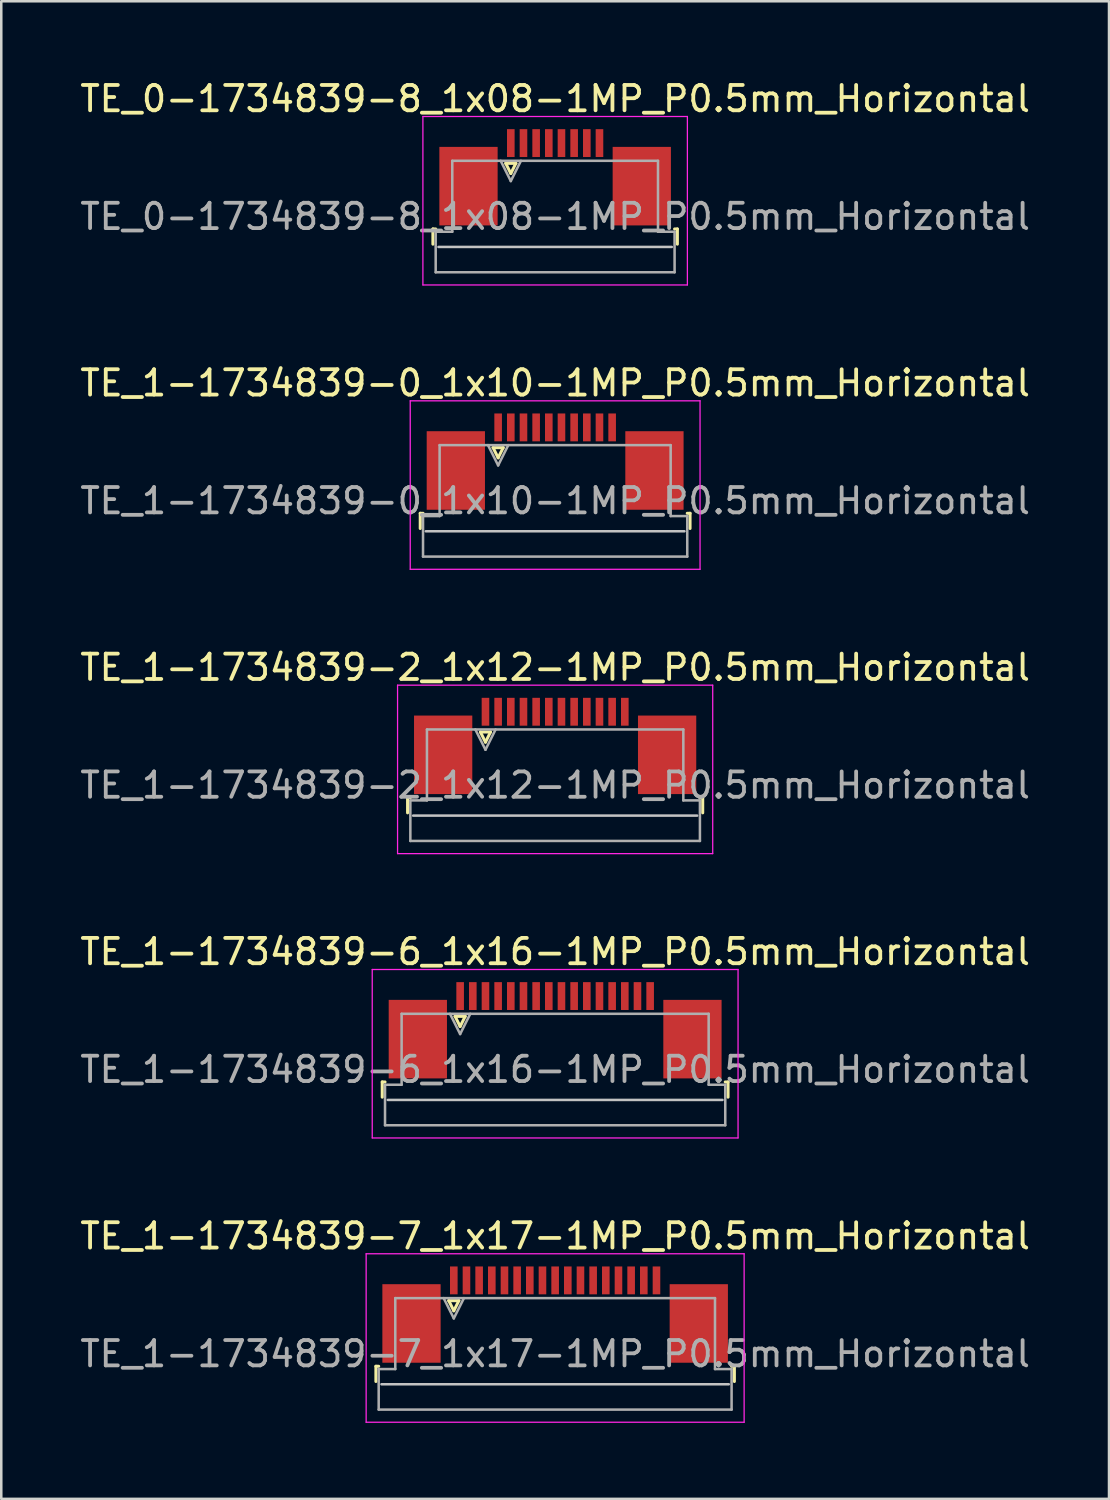
<source format=kicad_pcb>
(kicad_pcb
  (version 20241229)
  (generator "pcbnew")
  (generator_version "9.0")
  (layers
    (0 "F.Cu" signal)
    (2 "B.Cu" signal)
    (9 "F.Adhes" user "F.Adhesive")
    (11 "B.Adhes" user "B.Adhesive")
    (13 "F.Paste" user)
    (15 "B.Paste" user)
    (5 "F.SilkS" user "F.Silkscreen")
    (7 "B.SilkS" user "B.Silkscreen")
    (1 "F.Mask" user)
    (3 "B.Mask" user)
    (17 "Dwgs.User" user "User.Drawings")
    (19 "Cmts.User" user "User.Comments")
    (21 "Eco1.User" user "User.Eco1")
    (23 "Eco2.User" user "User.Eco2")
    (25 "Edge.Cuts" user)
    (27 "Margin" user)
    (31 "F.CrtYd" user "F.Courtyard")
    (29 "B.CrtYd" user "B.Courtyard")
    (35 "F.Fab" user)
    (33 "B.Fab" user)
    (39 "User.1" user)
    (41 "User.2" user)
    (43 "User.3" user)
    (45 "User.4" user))
  (footprint "TE_1-1734839-0_1x10-1MP_P0.5mm_Horizontal"
    (layer "F.Cu")
    (at 18.863 15.171)
    (property "Reference" "TE_1-1734839-0_1x10-1MP_P0.5mm_Horizontal" (at 0 -3.1 0) (layer "F.SilkS") (effects (font (size 1 1) (thickness 0.15))))
    (attr smd)
    (fp_line (start -5.325 2.04) (end -5.325 2.64) (stroke (width 0.12) (type solid)) (layer "F.SilkS"))
    (fp_line (start -5.215 2.04) (end -5.325 2.04) (stroke (width 0.12) (type solid)) (layer "F.SilkS"))
    (fp_line (start -2.45 -0.55) (end -2.25 -0.15) (stroke (width 0.12) (type solid)) (layer "F.SilkS"))
    (fp_line (start -2.25 -0.15) (end -2.05 -0.55) (stroke (width 0.12) (type solid)) (layer "F.SilkS"))
    (fp_line (start -2.05 -0.55) (end -2.45 -0.55) (stroke (width 0.12) (type solid)) (layer "F.SilkS"))
    (fp_line (start 5.215 2.04) (end 5.325 2.04) (stroke (width 0.12) (type solid)) (layer "F.SilkS"))
    (fp_line (start 5.325 2.04) (end 5.325 2.64) (stroke (width 0.12) (type solid)) (layer "F.SilkS"))
    (fp_line (start 5.105 2.75) (end -5.105 2.75) (stroke (width 0.1) (type solid)) (layer "Dwgs.User"))
    (fp_line (start -5.72 -2.4) (end -5.72 4.25) (stroke (width 0.05) (type solid)) (layer "F.CrtYd"))
    (fp_line (start -5.72 4.25) (end 5.72 4.25) (stroke (width 0.05) (type solid)) (layer "F.CrtYd"))
    (fp_line (start 5.72 -2.4) (end -5.72 -2.4) (stroke (width 0.05) (type solid)) (layer "F.CrtYd"))
    (fp_line (start 5.72 4.25) (end 5.72 -2.4) (stroke (width 0.05) (type solid)) (layer "F.CrtYd"))
    (fp_line (start -5.215 2.15) (end -4.56 2.15) (stroke (width 0.1) (type solid)) (layer "F.Fab"))
    (fp_line (start -5.215 3.75) (end -5.215 2.15) (stroke (width 0.1) (type solid)) (layer "F.Fab"))
    (fp_line (start -4.56 -0.65) (end 4.56 -0.65) (stroke (width 0.1) (type solid)) (layer "F.Fab"))
    (fp_line (start -4.56 2.15) (end -4.56 -0.65) (stroke (width 0.1) (type solid)) (layer "F.Fab"))
    (fp_line (start -2.65 -0.65) (end -2.25 0.15) (stroke (width 0.1) (type solid)) (layer "F.Fab"))
    (fp_line (start -2.25 0.15) (end -1.85 -0.65) (stroke (width 0.1) (type solid)) (layer "F.Fab"))
    (fp_line (start 4.56 -0.65) (end 4.56 2.15) (stroke (width 0.1) (type solid)) (layer "F.Fab"))
    (fp_line (start 4.56 2.15) (end 5.215 2.15) (stroke (width 0.1) (type solid)) (layer "F.Fab"))
    (fp_line (start 5.215 2.15) (end 5.215 3.75) (stroke (width 0.1) (type solid)) (layer "F.Fab"))
    (fp_line (start 5.215 3.75) (end -5.215 3.75) (stroke (width 0.1) (type solid)) (layer "F.Fab"))
    (fp_text user "${REFERENCE}" (at 0 1.55 0) (layer "F.Fab") (effects (font (size 1 1) (thickness 0.15))))
    (pad "1" smd rect (at -2.25 -1.35) (size 0.3 1.1) (layers "F.Cu" "F.Mask" "F.Paste"))
    (pad "2" smd rect (at -1.75 -1.35) (size 0.3 1.1) (layers "F.Cu" "F.Mask" "F.Paste"))
    (pad "3" smd rect (at -1.25 -1.35) (size 0.3 1.1) (layers "F.Cu" "F.Mask" "F.Paste"))
    (pad "4" smd rect (at -0.75 -1.35) (size 0.3 1.1) (layers "F.Cu" "F.Mask" "F.Paste"))
    (pad "5" smd rect (at -0.25 -1.35) (size 0.3 1.1) (layers "F.Cu" "F.Mask" "F.Paste"))
    (pad "6" smd rect (at 0.25 -1.35) (size 0.3 1.1) (layers "F.Cu" "F.Mask" "F.Paste"))
    (pad "7" smd rect (at 0.75 -1.35) (size 0.3 1.1) (layers "F.Cu" "F.Mask" "F.Paste"))
    (pad "8" smd rect (at 1.25 -1.35) (size 0.3 1.1) (layers "F.Cu" "F.Mask" "F.Paste"))
    (pad "9" smd rect (at 1.75 -1.35) (size 0.3 1.1) (layers "F.Cu" "F.Mask" "F.Paste"))
    (pad "10" smd rect (at 2.25 -1.35) (size 0.3 1.1) (layers "F.Cu" "F.Mask" "F.Paste"))
    (pad "MP" smd rect (at -3.92 0.35) (size 2.3 3.1) (layers "F.Cu" "F.Mask" "F.Paste"))
    (pad "MP" smd rect (at 3.92 0.35) (size 2.3 3.1) (layers "F.Cu" "F.Mask" "F.Paste")))
  (footprint "TE_1-1734839-6_1x16-1MP_P0.5mm_Horizontal"
    (layer "F.Cu")
    (at 18.863 37.618)
    (property "Reference" "TE_1-1734839-6_1x16-1MP_P0.5mm_Horizontal" (at 0 -3.1 0) (layer "F.SilkS") (effects (font (size 1 1) (thickness 0.15))))
    (attr smd)
    (fp_line (start -6.825 2.04) (end -6.825 2.64) (stroke (width 0.12) (type solid)) (layer "F.SilkS"))
    (fp_line (start -6.715 2.04) (end -6.825 2.04) (stroke (width 0.12) (type solid)) (layer "F.SilkS"))
    (fp_line (start -3.95 -0.55) (end -3.75 -0.15) (stroke (width 0.12) (type solid)) (layer "F.SilkS"))
    (fp_line (start -3.75 -0.15) (end -3.55 -0.55) (stroke (width 0.12) (type solid)) (layer "F.SilkS"))
    (fp_line (start -3.55 -0.55) (end -3.95 -0.55) (stroke (width 0.12) (type solid)) (layer "F.SilkS"))
    (fp_line (start 6.715 2.04) (end 6.825 2.04) (stroke (width 0.12) (type solid)) (layer "F.SilkS"))
    (fp_line (start 6.825 2.04) (end 6.825 2.64) (stroke (width 0.12) (type solid)) (layer "F.SilkS"))
    (fp_line (start 6.605 2.75) (end -6.605 2.75) (stroke (width 0.1) (type solid)) (layer "Dwgs.User"))
    (fp_line (start -7.22 -2.4) (end -7.22 4.25) (stroke (width 0.05) (type solid)) (layer "F.CrtYd"))
    (fp_line (start -7.22 4.25) (end 7.22 4.25) (stroke (width 0.05) (type solid)) (layer "F.CrtYd"))
    (fp_line (start 7.22 -2.4) (end -7.22 -2.4) (stroke (width 0.05) (type solid)) (layer "F.CrtYd"))
    (fp_line (start 7.22 4.25) (end 7.22 -2.4) (stroke (width 0.05) (type solid)) (layer "F.CrtYd"))
    (fp_line (start -6.715 2.15) (end -6.06 2.15) (stroke (width 0.1) (type solid)) (layer "F.Fab"))
    (fp_line (start -6.715 3.75) (end -6.715 2.15) (stroke (width 0.1) (type solid)) (layer "F.Fab"))
    (fp_line (start -6.06 -0.65) (end 6.06 -0.65) (stroke (width 0.1) (type solid)) (layer "F.Fab"))
    (fp_line (start -6.06 2.15) (end -6.06 -0.65) (stroke (width 0.1) (type solid)) (layer "F.Fab"))
    (fp_line (start -4.15 -0.65) (end -3.75 0.15) (stroke (width 0.1) (type solid)) (layer "F.Fab"))
    (fp_line (start -3.75 0.15) (end -3.35 -0.65) (stroke (width 0.1) (type solid)) (layer "F.Fab"))
    (fp_line (start 6.06 -0.65) (end 6.06 2.15) (stroke (width 0.1) (type solid)) (layer "F.Fab"))
    (fp_line (start 6.06 2.15) (end 6.715 2.15) (stroke (width 0.1) (type solid)) (layer "F.Fab"))
    (fp_line (start 6.715 2.15) (end 6.715 3.75) (stroke (width 0.1) (type solid)) (layer "F.Fab"))
    (fp_line (start 6.715 3.75) (end -6.715 3.75) (stroke (width 0.1) (type solid)) (layer "F.Fab"))
    (fp_text user "${REFERENCE}" (at 0 1.55 0) (layer "F.Fab") (effects (font (size 1 1) (thickness 0.15))))
    (pad "1" smd rect (at -3.75 -1.35) (size 0.3 1.1) (layers "F.Cu" "F.Mask" "F.Paste"))
    (pad "2" smd rect (at -3.25 -1.35) (size 0.3 1.1) (layers "F.Cu" "F.Mask" "F.Paste"))
    (pad "3" smd rect (at -2.75 -1.35) (size 0.3 1.1) (layers "F.Cu" "F.Mask" "F.Paste"))
    (pad "4" smd rect (at -2.25 -1.35) (size 0.3 1.1) (layers "F.Cu" "F.Mask" "F.Paste"))
    (pad "5" smd rect (at -1.75 -1.35) (size 0.3 1.1) (layers "F.Cu" "F.Mask" "F.Paste"))
    (pad "6" smd rect (at -1.25 -1.35) (size 0.3 1.1) (layers "F.Cu" "F.Mask" "F.Paste"))
    (pad "7" smd rect (at -0.75 -1.35) (size 0.3 1.1) (layers "F.Cu" "F.Mask" "F.Paste"))
    (pad "8" smd rect (at -0.25 -1.35) (size 0.3 1.1) (layers "F.Cu" "F.Mask" "F.Paste"))
    (pad "9" smd rect (at 0.25 -1.35) (size 0.3 1.1) (layers "F.Cu" "F.Mask" "F.Paste"))
    (pad "10" smd rect (at 0.75 -1.35) (size 0.3 1.1) (layers "F.Cu" "F.Mask" "F.Paste"))
    (pad "11" smd rect (at 1.25 -1.35) (size 0.3 1.1) (layers "F.Cu" "F.Mask" "F.Paste"))
    (pad "12" smd rect (at 1.75 -1.35) (size 0.3 1.1) (layers "F.Cu" "F.Mask" "F.Paste"))
    (pad "13" smd rect (at 2.25 -1.35) (size 0.3 1.1) (layers "F.Cu" "F.Mask" "F.Paste"))
    (pad "14" smd rect (at 2.75 -1.35) (size 0.3 1.1) (layers "F.Cu" "F.Mask" "F.Paste"))
    (pad "15" smd rect (at 3.25 -1.35) (size 0.3 1.1) (layers "F.Cu" "F.Mask" "F.Paste"))
    (pad "16" smd rect (at 3.75 -1.35) (size 0.3 1.1) (layers "F.Cu" "F.Mask" "F.Paste"))
    (pad "MP" smd rect (at -5.42 0.35) (size 2.3 3.1) (layers "F.Cu" "F.Mask" "F.Paste"))
    (pad "MP" smd rect (at 5.42 0.35) (size 2.3 3.1) (layers "F.Cu" "F.Mask" "F.Paste")))
  (footprint "TE_0-1734839-8_1x08-1MP_P0.5mm_Horizontal"
    (layer "F.Cu")
    (at 18.863 3.948)
    (property "Reference" "TE_0-1734839-8_1x08-1MP_P0.5mm_Horizontal" (at 0 -3.1 0) (layer "F.SilkS") (effects (font (size 1 1) (thickness 0.15))))
    (attr smd)
    (fp_line (start -4.825 2.04) (end -4.825 2.64) (stroke (width 0.12) (type solid)) (layer "F.SilkS"))
    (fp_line (start -4.715 2.04) (end -4.825 2.04) (stroke (width 0.12) (type solid)) (layer "F.SilkS"))
    (fp_line (start -1.95 -0.55) (end -1.75 -0.15) (stroke (width 0.12) (type solid)) (layer "F.SilkS"))
    (fp_line (start -1.75 -0.15) (end -1.55 -0.55) (stroke (width 0.12) (type solid)) (layer "F.SilkS"))
    (fp_line (start -1.55 -0.55) (end -1.95 -0.55) (stroke (width 0.12) (type solid)) (layer "F.SilkS"))
    (fp_line (start 4.715 2.04) (end 4.825 2.04) (stroke (width 0.12) (type solid)) (layer "F.SilkS"))
    (fp_line (start 4.825 2.04) (end 4.825 2.64) (stroke (width 0.12) (type solid)) (layer "F.SilkS"))
    (fp_line (start 4.605 2.75) (end -4.605 2.75) (stroke (width 0.1) (type solid)) (layer "Dwgs.User"))
    (fp_line (start -5.22 -2.4) (end -5.22 4.25) (stroke (width 0.05) (type solid)) (layer "F.CrtYd"))
    (fp_line (start -5.22 4.25) (end 5.22 4.25) (stroke (width 0.05) (type solid)) (layer "F.CrtYd"))
    (fp_line (start 5.22 -2.4) (end -5.22 -2.4) (stroke (width 0.05) (type solid)) (layer "F.CrtYd"))
    (fp_line (start 5.22 4.25) (end 5.22 -2.4) (stroke (width 0.05) (type solid)) (layer "F.CrtYd"))
    (fp_line (start -4.715 2.15) (end -4.06 2.15) (stroke (width 0.1) (type solid)) (layer "F.Fab"))
    (fp_line (start -4.715 3.75) (end -4.715 2.15) (stroke (width 0.1) (type solid)) (layer "F.Fab"))
    (fp_line (start -4.06 -0.65) (end 4.06 -0.65) (stroke (width 0.1) (type solid)) (layer "F.Fab"))
    (fp_line (start -4.06 2.15) (end -4.06 -0.65) (stroke (width 0.1) (type solid)) (layer "F.Fab"))
    (fp_line (start -2.15 -0.65) (end -1.75 0.15) (stroke (width 0.1) (type solid)) (layer "F.Fab"))
    (fp_line (start -1.75 0.15) (end -1.35 -0.65) (stroke (width 0.1) (type solid)) (layer "F.Fab"))
    (fp_line (start 4.06 -0.65) (end 4.06 2.15) (stroke (width 0.1) (type solid)) (layer "F.Fab"))
    (fp_line (start 4.06 2.15) (end 4.715 2.15) (stroke (width 0.1) (type solid)) (layer "F.Fab"))
    (fp_line (start 4.715 2.15) (end 4.715 3.75) (stroke (width 0.1) (type solid)) (layer "F.Fab"))
    (fp_line (start 4.715 3.75) (end -4.715 3.75) (stroke (width 0.1) (type solid)) (layer "F.Fab"))
    (fp_text user "${REFERENCE}" (at 0 1.55 0) (layer "F.Fab") (effects (font (size 1 1) (thickness 0.15))))
    (pad "1" smd rect (at -1.75 -1.35) (size 0.3 1.1) (layers "F.Cu" "F.Mask" "F.Paste"))
    (pad "2" smd rect (at -1.25 -1.35) (size 0.3 1.1) (layers "F.Cu" "F.Mask" "F.Paste"))
    (pad "3" smd rect (at -0.75 -1.35) (size 0.3 1.1) (layers "F.Cu" "F.Mask" "F.Paste"))
    (pad "4" smd rect (at -0.25 -1.35) (size 0.3 1.1) (layers "F.Cu" "F.Mask" "F.Paste"))
    (pad "5" smd rect (at 0.25 -1.35) (size 0.3 1.1) (layers "F.Cu" "F.Mask" "F.Paste"))
    (pad "6" smd rect (at 0.75 -1.35) (size 0.3 1.1) (layers "F.Cu" "F.Mask" "F.Paste"))
    (pad "7" smd rect (at 1.25 -1.35) (size 0.3 1.1) (layers "F.Cu" "F.Mask" "F.Paste"))
    (pad "8" smd rect (at 1.75 -1.35) (size 0.3 1.1) (layers "F.Cu" "F.Mask" "F.Paste"))
    (pad "MP" smd rect (at -3.42 0.35) (size 2.3 3.1) (layers "F.Cu" "F.Mask" "F.Paste"))
    (pad "MP" smd rect (at 3.42 0.35) (size 2.3 3.1) (layers "F.Cu" "F.Mask" "F.Paste")))
  (footprint "TE_1-1734839-2_1x12-1MP_P0.5mm_Horizontal"
    (layer "F.Cu")
    (at 18.863 26.395)
    (property "Reference" "TE_1-1734839-2_1x12-1MP_P0.5mm_Horizontal" (at 0 -3.1 0) (layer "F.SilkS") (effects (font (size 1 1) (thickness 0.15))))
    (attr smd)
    (fp_line (start -5.825 2.04) (end -5.825 2.64) (stroke (width 0.12) (type solid)) (layer "F.SilkS"))
    (fp_line (start -5.715 2.04) (end -5.825 2.04) (stroke (width 0.12) (type solid)) (layer "F.SilkS"))
    (fp_line (start -2.95 -0.55) (end -2.75 -0.15) (stroke (width 0.12) (type solid)) (layer "F.SilkS"))
    (fp_line (start -2.75 -0.15) (end -2.55 -0.55) (stroke (width 0.12) (type solid)) (layer "F.SilkS"))
    (fp_line (start -2.55 -0.55) (end -2.95 -0.55) (stroke (width 0.12) (type solid)) (layer "F.SilkS"))
    (fp_line (start 5.715 2.04) (end 5.825 2.04) (stroke (width 0.12) (type solid)) (layer "F.SilkS"))
    (fp_line (start 5.825 2.04) (end 5.825 2.64) (stroke (width 0.12) (type solid)) (layer "F.SilkS"))
    (fp_line (start 5.605 2.75) (end -5.605 2.75) (stroke (width 0.1) (type solid)) (layer "Dwgs.User"))
    (fp_line (start -6.22 -2.4) (end -6.22 4.25) (stroke (width 0.05) (type solid)) (layer "F.CrtYd"))
    (fp_line (start -6.22 4.25) (end 6.22 4.25) (stroke (width 0.05) (type solid)) (layer "F.CrtYd"))
    (fp_line (start 6.22 -2.4) (end -6.22 -2.4) (stroke (width 0.05) (type solid)) (layer "F.CrtYd"))
    (fp_line (start 6.22 4.25) (end 6.22 -2.4) (stroke (width 0.05) (type solid)) (layer "F.CrtYd"))
    (fp_line (start -5.715 2.15) (end -5.06 2.15) (stroke (width 0.1) (type solid)) (layer "F.Fab"))
    (fp_line (start -5.715 3.75) (end -5.715 2.15) (stroke (width 0.1) (type solid)) (layer "F.Fab"))
    (fp_line (start -5.06 -0.65) (end 5.06 -0.65) (stroke (width 0.1) (type solid)) (layer "F.Fab"))
    (fp_line (start -5.06 2.15) (end -5.06 -0.65) (stroke (width 0.1) (type solid)) (layer "F.Fab"))
    (fp_line (start -3.15 -0.65) (end -2.75 0.15) (stroke (width 0.1) (type solid)) (layer "F.Fab"))
    (fp_line (start -2.75 0.15) (end -2.35 -0.65) (stroke (width 0.1) (type solid)) (layer "F.Fab"))
    (fp_line (start 5.06 -0.65) (end 5.06 2.15) (stroke (width 0.1) (type solid)) (layer "F.Fab"))
    (fp_line (start 5.06 2.15) (end 5.715 2.15) (stroke (width 0.1) (type solid)) (layer "F.Fab"))
    (fp_line (start 5.715 2.15) (end 5.715 3.75) (stroke (width 0.1) (type solid)) (layer "F.Fab"))
    (fp_line (start 5.715 3.75) (end -5.715 3.75) (stroke (width 0.1) (type solid)) (layer "F.Fab"))
    (fp_text user "${REFERENCE}" (at 0 1.55 0) (layer "F.Fab") (effects (font (size 1 1) (thickness 0.15))))
    (pad "1" smd rect (at -2.75 -1.35) (size 0.3 1.1) (layers "F.Cu" "F.Mask" "F.Paste"))
    (pad "2" smd rect (at -2.25 -1.35) (size 0.3 1.1) (layers "F.Cu" "F.Mask" "F.Paste"))
    (pad "3" smd rect (at -1.75 -1.35) (size 0.3 1.1) (layers "F.Cu" "F.Mask" "F.Paste"))
    (pad "4" smd rect (at -1.25 -1.35) (size 0.3 1.1) (layers "F.Cu" "F.Mask" "F.Paste"))
    (pad "5" smd rect (at -0.75 -1.35) (size 0.3 1.1) (layers "F.Cu" "F.Mask" "F.Paste"))
    (pad "6" smd rect (at -0.25 -1.35) (size 0.3 1.1) (layers "F.Cu" "F.Mask" "F.Paste"))
    (pad "7" smd rect (at 0.25 -1.35) (size 0.3 1.1) (layers "F.Cu" "F.Mask" "F.Paste"))
    (pad "8" smd rect (at 0.75 -1.35) (size 0.3 1.1) (layers "F.Cu" "F.Mask" "F.Paste"))
    (pad "9" smd rect (at 1.25 -1.35) (size 0.3 1.1) (layers "F.Cu" "F.Mask" "F.Paste"))
    (pad "10" smd rect (at 1.75 -1.35) (size 0.3 1.1) (layers "F.Cu" "F.Mask" "F.Paste"))
    (pad "11" smd rect (at 2.25 -1.35) (size 0.3 1.1) (layers "F.Cu" "F.Mask" "F.Paste"))
    (pad "12" smd rect (at 2.75 -1.35) (size 0.3 1.1) (layers "F.Cu" "F.Mask" "F.Paste"))
    (pad "MP" smd rect (at -4.42 0.35) (size 2.3 3.1) (layers "F.Cu" "F.Mask" "F.Paste"))
    (pad "MP" smd rect (at 4.42 0.35) (size 2.3 3.1) (layers "F.Cu" "F.Mask" "F.Paste")))
  (footprint "TE_1-1734839-7_1x17-1MP_P0.5mm_Horizontal"
    (layer "F.Cu")
    (at 18.863 48.841)
    (property "Reference" "TE_1-1734839-7_1x17-1MP_P0.5mm_Horizontal" (at 0 -3.1 0) (layer "F.SilkS") (effects (font (size 1 1) (thickness 0.15))))
    (attr smd)
    (fp_line (start -7.075 2.04) (end -7.075 2.64) (stroke (width 0.12) (type solid)) (layer "F.SilkS"))
    (fp_line (start -6.965 2.04) (end -7.075 2.04) (stroke (width 0.12) (type solid)) (layer "F.SilkS"))
    (fp_line (start -4.2 -0.55) (end -4 -0.15) (stroke (width 0.12) (type solid)) (layer "F.SilkS"))
    (fp_line (start -4 -0.15) (end -3.8 -0.55) (stroke (width 0.12) (type solid)) (layer "F.SilkS"))
    (fp_line (start -3.8 -0.55) (end -4.2 -0.55) (stroke (width 0.12) (type solid)) (layer "F.SilkS"))
    (fp_line (start 6.965 2.04) (end 7.075 2.04) (stroke (width 0.12) (type solid)) (layer "F.SilkS"))
    (fp_line (start 7.075 2.04) (end 7.075 2.64) (stroke (width 0.12) (type solid)) (layer "F.SilkS"))
    (fp_line (start 6.855 2.75) (end -6.855 2.75) (stroke (width 0.1) (type solid)) (layer "Dwgs.User"))
    (fp_line (start -7.46 -2.4) (end -7.46 4.25) (stroke (width 0.05) (type solid)) (layer "F.CrtYd"))
    (fp_line (start -7.46 4.25) (end 7.46 4.25) (stroke (width 0.05) (type solid)) (layer "F.CrtYd"))
    (fp_line (start 7.46 -2.4) (end -7.46 -2.4) (stroke (width 0.05) (type solid)) (layer "F.CrtYd"))
    (fp_line (start 7.46 4.25) (end 7.46 -2.4) (stroke (width 0.05) (type solid)) (layer "F.CrtYd"))
    (fp_line (start -6.965 2.15) (end -6.31 2.15) (stroke (width 0.1) (type solid)) (layer "F.Fab"))
    (fp_line (start -6.965 3.75) (end -6.965 2.15) (stroke (width 0.1) (type solid)) (layer "F.Fab"))
    (fp_line (start -6.31 -0.65) (end 6.31 -0.65) (stroke (width 0.1) (type solid)) (layer "F.Fab"))
    (fp_line (start -6.31 2.15) (end -6.31 -0.65) (stroke (width 0.1) (type solid)) (layer "F.Fab"))
    (fp_line (start -4.4 -0.65) (end -4 0.15) (stroke (width 0.1) (type solid)) (layer "F.Fab"))
    (fp_line (start -4 0.15) (end -3.6 -0.65) (stroke (width 0.1) (type solid)) (layer "F.Fab"))
    (fp_line (start 6.31 -0.65) (end 6.31 2.15) (stroke (width 0.1) (type solid)) (layer "F.Fab"))
    (fp_line (start 6.31 2.15) (end 6.965 2.15) (stroke (width 0.1) (type solid)) (layer "F.Fab"))
    (fp_line (start 6.965 2.15) (end 6.965 3.75) (stroke (width 0.1) (type solid)) (layer "F.Fab"))
    (fp_line (start 6.965 3.75) (end -6.965 3.75) (stroke (width 0.1) (type solid)) (layer "F.Fab"))
    (fp_text user "${REFERENCE}" (at 0 1.55 0) (layer "F.Fab") (effects (font (size 1 1) (thickness 0.15))))
    (pad "1" smd rect (at -4 -1.35) (size 0.3 1.1) (layers "F.Cu" "F.Mask" "F.Paste"))
    (pad "2" smd rect (at -3.5 -1.35) (size 0.3 1.1) (layers "F.Cu" "F.Mask" "F.Paste"))
    (pad "3" smd rect (at -3 -1.35) (size 0.3 1.1) (layers "F.Cu" "F.Mask" "F.Paste"))
    (pad "4" smd rect (at -2.5 -1.35) (size 0.3 1.1) (layers "F.Cu" "F.Mask" "F.Paste"))
    (pad "5" smd rect (at -2 -1.35) (size 0.3 1.1) (layers "F.Cu" "F.Mask" "F.Paste"))
    (pad "6" smd rect (at -1.5 -1.35) (size 0.3 1.1) (layers "F.Cu" "F.Mask" "F.Paste"))
    (pad "7" smd rect (at -1 -1.35) (size 0.3 1.1) (layers "F.Cu" "F.Mask" "F.Paste"))
    (pad "8" smd rect (at -0.5 -1.35) (size 0.3 1.1) (layers "F.Cu" "F.Mask" "F.Paste"))
    (pad "9" smd rect (at 0 -1.35) (size 0.3 1.1) (layers "F.Cu" "F.Mask" "F.Paste"))
    (pad "10" smd rect (at 0.5 -1.35) (size 0.3 1.1) (layers "F.Cu" "F.Mask" "F.Paste"))
    (pad "11" smd rect (at 1 -1.35) (size 0.3 1.1) (layers "F.Cu" "F.Mask" "F.Paste"))
    (pad "12" smd rect (at 1.5 -1.35) (size 0.3 1.1) (layers "F.Cu" "F.Mask" "F.Paste"))
    (pad "13" smd rect (at 2 -1.35) (size 0.3 1.1) (layers "F.Cu" "F.Mask" "F.Paste"))
    (pad "14" smd rect (at 2.5 -1.35) (size 0.3 1.1) (layers "F.Cu" "F.Mask" "F.Paste"))
    (pad "15" smd rect (at 3 -1.35) (size 0.3 1.1) (layers "F.Cu" "F.Mask" "F.Paste"))
    (pad "16" smd rect (at 3.5 -1.35) (size 0.3 1.1) (layers "F.Cu" "F.Mask" "F.Paste"))
    (pad "17" smd rect (at 4 -1.35) (size 0.3 1.1) (layers "F.Cu" "F.Mask" "F.Paste"))
    (pad "MP" smd rect (at -5.67 0.35) (size 2.3 3.1) (layers "F.Cu" "F.Mask" "F.Paste"))
    (pad "MP" smd rect (at 5.67 0.35) (size 2.3 3.1) (layers "F.Cu" "F.Mask" "F.Paste")))
  (gr_rect
    (start -3 -3)
    (end 40.726 56.116)
    (stroke (width 0.1) (type default))
    (fill no)
    (layer "Edge.Cuts")))
</source>
